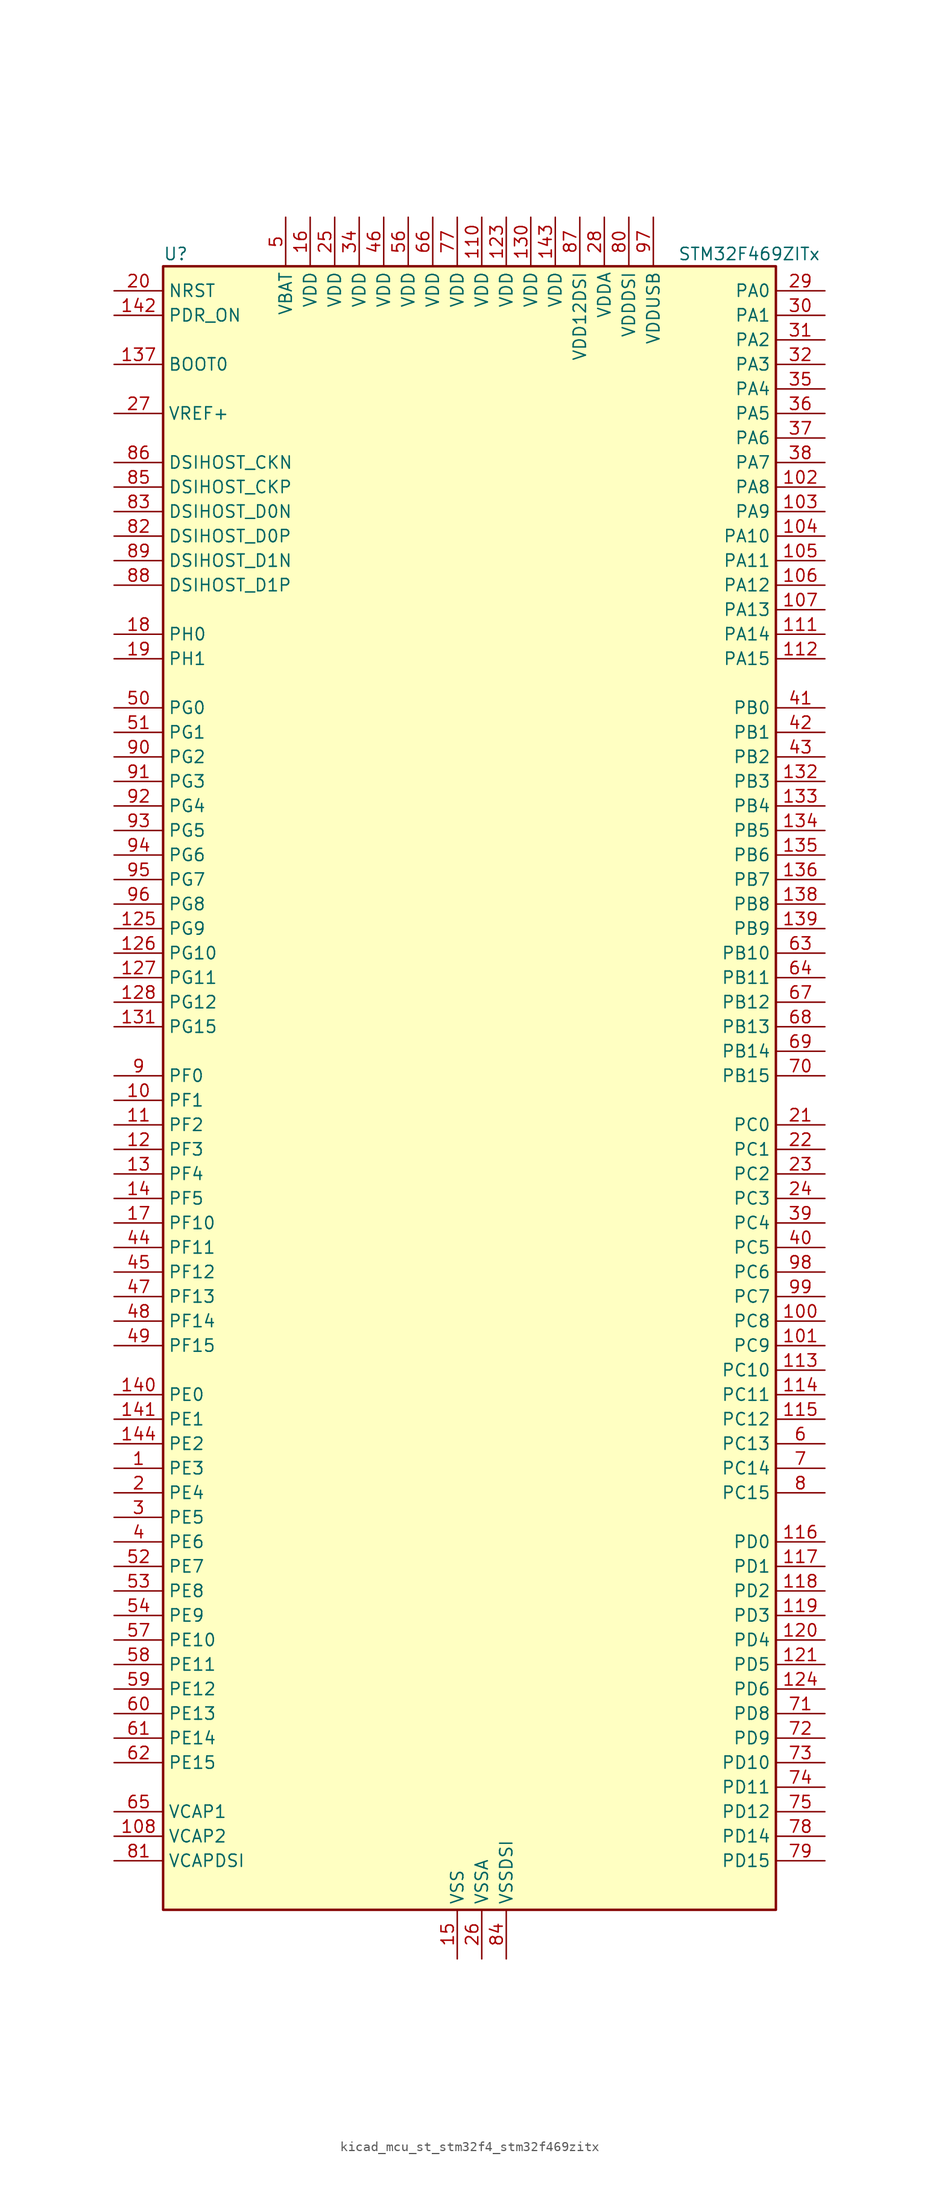
<source format=kicad_sym>
(kicad_symbol_lib
  (version 20220914)
  (generator kicad_symbol_editor)
  (symbol "kicad_mcu_st_stm32f4_stm32f469zitx"
    (property "Reference" "U"
      (at -30.48 87.63 0)
      (effects (font (size 1.27 1.27)) (justify left)))
    (property "Value" "STM32F469ZITx"
      (at 22.86 87.63 0)
      (effects (font (size 1.27 1.27)) (justify left)))
    (property "ki_locked" ""
      (at 0 0 0)
      (effects (font (size 1.27 1.27))))
    (symbol "kicad_mcu_st_stm32f4_stm32f469zitx_0_1"
      (rectangle (start -30.48 -83.82) (end 33.02 86.36) (stroke (width 0.254) (type default)) (fill (type background))))
    (symbol "kicad_mcu_st_stm32f4_stm32f469zitx_1_1"
      (pin bidirectional line (at -35.56 -38.1 0) (length 5.08) (name "PE3" (effects (font (size 1.27 1.27)))) (number "1" (effects (font (size 1.27 1.27)))) (alternate "FMC_A19" bidirectional line) (alternate "SAI1_SD_B" bidirectional line) (alternate "SYS_TRACED0" bidirectional line))
      (pin bidirectional line (at -35.56 0 0) (length 5.08) (name "PF1" (effects (font (size 1.27 1.27)))) (number "10" (effects (font (size 1.27 1.27)))) (alternate "FMC_A1" bidirectional line) (alternate "I2C2_SCL" bidirectional line))
      (pin bidirectional line (at 38.1 -22.86 180) (length 5.08) (name "PC8" (effects (font (size 1.27 1.27)))) (number "100" (effects (font (size 1.27 1.27)))) (alternate "DCMI_D2" bidirectional line) (alternate "SDIO_D0" bidirectional line) (alternate "SYS_TRACED1" bidirectional line) (alternate "TIM3_CH3" bidirectional line) (alternate "TIM8_CH3" bidirectional line) (alternate "USART6_CK" bidirectional line))
      (pin bidirectional line (at 38.1 -25.4 180) (length 5.08) (name "PC9" (effects (font (size 1.27 1.27)))) (number "101" (effects (font (size 1.27 1.27)))) (alternate "DAC_EXTI9" bidirectional line) (alternate "DCMI_D3" bidirectional line) (alternate "I2C3_SDA" bidirectional line) (alternate "I2S_CKIN" bidirectional line) (alternate "QUADSPI_BK1_IO0" bidirectional line) (alternate "RCC_MCO_2" bidirectional line) (alternate "SDIO_D1" bidirectional line) (alternate "TIM3_CH4" bidirectional line) (alternate "TIM8_CH4" bidirectional line))
      (pin bidirectional line (at 38.1 63.5 180) (length 5.08) (name "PA8" (effects (font (size 1.27 1.27)))) (number "102" (effects (font (size 1.27 1.27)))) (alternate "I2C3_SCL" bidirectional line) (alternate "LTDC_R6" bidirectional line) (alternate "RCC_MCO_1" bidirectional line) (alternate "TIM1_CH1" bidirectional line) (alternate "USART1_CK" bidirectional line) (alternate "USB_OTG_FS_SOF" bidirectional line))
      (pin bidirectional line (at 38.1 60.96 180) (length 5.08) (name "PA9" (effects (font (size 1.27 1.27)))) (number "103" (effects (font (size 1.27 1.27)))) (alternate "DAC_EXTI9" bidirectional line) (alternate "DCMI_D0" bidirectional line) (alternate "I2C3_SMBA" bidirectional line) (alternate "I2S2_CK" bidirectional line) (alternate "SPI2_SCK" bidirectional line) (alternate "TIM1_CH2" bidirectional line) (alternate "USART1_TX" bidirectional line) (alternate "USB_OTG_FS_VBUS" bidirectional line))
      (pin bidirectional line (at 38.1 58.42 180) (length 5.08) (name "PA10" (effects (font (size 1.27 1.27)))) (number "104" (effects (font (size 1.27 1.27)))) (alternate "DCMI_D1" bidirectional line) (alternate "TIM1_CH3" bidirectional line) (alternate "USART1_RX" bidirectional line) (alternate "USB_OTG_FS_ID" bidirectional line))
      (pin bidirectional line (at 38.1 55.88 180) (length 5.08) (name "PA11" (effects (font (size 1.27 1.27)))) (number "105" (effects (font (size 1.27 1.27)))) (alternate "ADC1_EXTI11" bidirectional line) (alternate "ADC2_EXTI11" bidirectional line) (alternate "ADC3_EXTI11" bidirectional line) (alternate "CAN1_RX" bidirectional line) (alternate "LTDC_R4" bidirectional line) (alternate "TIM1_CH4" bidirectional line) (alternate "USART1_CTS" bidirectional line) (alternate "USB_OTG_FS_DM" bidirectional line))
      (pin bidirectional line (at 38.1 53.34 180) (length 5.08) (name "PA12" (effects (font (size 1.27 1.27)))) (number "106" (effects (font (size 1.27 1.27)))) (alternate "CAN1_TX" bidirectional line) (alternate "LTDC_R5" bidirectional line) (alternate "TIM1_ETR" bidirectional line) (alternate "USART1_RTS" bidirectional line) (alternate "USB_OTG_FS_DP" bidirectional line))
      (pin bidirectional line (at 38.1 50.8 180) (length 5.08) (name "PA13" (effects (font (size 1.27 1.27)))) (number "107" (effects (font (size 1.27 1.27)))) (alternate "SYS_JTMS-SWDIO" bidirectional line))
      (pin power_out line (at -35.56 -76.2 0) (length 5.08) (name "VCAP2" (effects (font (size 1.27 1.27)))) (number "108" (effects (font (size 1.27 1.27)))))
      (pin passive line (at 0 -88.9 90) (length 5.08) hide (name "VSS" (effects (font (size 1.27 1.27)))) (number "109" (effects (font (size 1.27 1.27)))))
      (pin bidirectional line (at -35.56 -2.54 0) (length 5.08) (name "PF2" (effects (font (size 1.27 1.27)))) (number "11" (effects (font (size 1.27 1.27)))) (alternate "FMC_A2" bidirectional line) (alternate "I2C2_SMBA" bidirectional line))
      (pin power_in line (at 2.54 91.44 270) (length 5.08) (name "VDD" (effects (font (size 1.27 1.27)))) (number "110" (effects (font (size 1.27 1.27)))))
      (pin bidirectional line (at 38.1 48.26 180) (length 5.08) (name "PA14" (effects (font (size 1.27 1.27)))) (number "111" (effects (font (size 1.27 1.27)))) (alternate "SYS_JTCK-SWCLK" bidirectional line))
      (pin bidirectional line (at 38.1 45.72 180) (length 5.08) (name "PA15" (effects (font (size 1.27 1.27)))) (number "112" (effects (font (size 1.27 1.27)))) (alternate "ADC1_EXTI15" bidirectional line) (alternate "ADC2_EXTI15" bidirectional line) (alternate "ADC3_EXTI15" bidirectional line) (alternate "I2S3_WS" bidirectional line) (alternate "SPI1_NSS" bidirectional line) (alternate "SPI3_NSS" bidirectional line) (alternate "SYS_JTDI" bidirectional line) (alternate "TIM2_CH1" bidirectional line) (alternate "TIM2_ETR" bidirectional line))
      (pin bidirectional line (at 38.1 -27.94 180) (length 5.08) (name "PC10" (effects (font (size 1.27 1.27)))) (number "113" (effects (font (size 1.27 1.27)))) (alternate "DCMI_D8" bidirectional line) (alternate "I2S3_CK" bidirectional line) (alternate "LTDC_R2" bidirectional line) (alternate "QUADSPI_BK1_IO1" bidirectional line) (alternate "SDIO_D2" bidirectional line) (alternate "SPI3_SCK" bidirectional line) (alternate "UART4_TX" bidirectional line) (alternate "USART3_TX" bidirectional line))
      (pin bidirectional line (at 38.1 -30.48 180) (length 5.08) (name "PC11" (effects (font (size 1.27 1.27)))) (number "114" (effects (font (size 1.27 1.27)))) (alternate "ADC1_EXTI11" bidirectional line) (alternate "ADC2_EXTI11" bidirectional line) (alternate "ADC3_EXTI11" bidirectional line) (alternate "DCMI_D4" bidirectional line) (alternate "I2S3_ext_SD" bidirectional line) (alternate "QUADSPI_BK2_NCS" bidirectional line) (alternate "SDIO_D3" bidirectional line) (alternate "SPI3_MISO" bidirectional line) (alternate "UART4_RX" bidirectional line) (alternate "USART3_RX" bidirectional line))
      (pin bidirectional line (at 38.1 -33.02 180) (length 5.08) (name "PC12" (effects (font (size 1.27 1.27)))) (number "115" (effects (font (size 1.27 1.27)))) (alternate "DCMI_D9" bidirectional line) (alternate "I2S3_SD" bidirectional line) (alternate "SDIO_CK" bidirectional line) (alternate "SPI3_MOSI" bidirectional line) (alternate "SYS_TRACED3" bidirectional line) (alternate "UART5_TX" bidirectional line) (alternate "USART3_CK" bidirectional line))
      (pin bidirectional line (at 38.1 -45.72 180) (length 5.08) (name "PD0" (effects (font (size 1.27 1.27)))) (number "116" (effects (font (size 1.27 1.27)))) (alternate "CAN1_RX" bidirectional line) (alternate "FMC_D2" bidirectional line) (alternate "FMC_DA2" bidirectional line))
      (pin bidirectional line (at 38.1 -48.26 180) (length 5.08) (name "PD1" (effects (font (size 1.27 1.27)))) (number "117" (effects (font (size 1.27 1.27)))) (alternate "CAN1_TX" bidirectional line) (alternate "FMC_D3" bidirectional line) (alternate "FMC_DA3" bidirectional line))
      (pin bidirectional line (at 38.1 -50.8 180) (length 5.08) (name "PD2" (effects (font (size 1.27 1.27)))) (number "118" (effects (font (size 1.27 1.27)))) (alternate "DCMI_D11" bidirectional line) (alternate "SDIO_CMD" bidirectional line) (alternate "SYS_TRACED2" bidirectional line) (alternate "TIM3_ETR" bidirectional line) (alternate "UART5_RX" bidirectional line))
      (pin bidirectional line (at 38.1 -53.34 180) (length 5.08) (name "PD3" (effects (font (size 1.27 1.27)))) (number "119" (effects (font (size 1.27 1.27)))) (alternate "DCMI_D5" bidirectional line) (alternate "FMC_CLK" bidirectional line) (alternate "I2S2_CK" bidirectional line) (alternate "LTDC_G7" bidirectional line) (alternate "SPI2_SCK" bidirectional line) (alternate "USART2_CTS" bidirectional line))
      (pin bidirectional line (at -35.56 -5.08 0) (length 5.08) (name "PF3" (effects (font (size 1.27 1.27)))) (number "12" (effects (font (size 1.27 1.27)))) (alternate "ADC3_IN9" bidirectional line) (alternate "FMC_A3" bidirectional line))
      (pin bidirectional line (at 38.1 -55.88 180) (length 5.08) (name "PD4" (effects (font (size 1.27 1.27)))) (number "120" (effects (font (size 1.27 1.27)))) (alternate "FMC_NOE" bidirectional line) (alternate "USART2_RTS" bidirectional line))
      (pin bidirectional line (at 38.1 -58.42 180) (length 5.08) (name "PD5" (effects (font (size 1.27 1.27)))) (number "121" (effects (font (size 1.27 1.27)))) (alternate "FMC_NWE" bidirectional line) (alternate "USART2_TX" bidirectional line))
      (pin passive line (at 0 -88.9 90) (length 5.08) hide (name "VSS" (effects (font (size 1.27 1.27)))) (number "122" (effects (font (size 1.27 1.27)))))
      (pin power_in line (at 5.08 91.44 270) (length 5.08) (name "VDD" (effects (font (size 1.27 1.27)))) (number "123" (effects (font (size 1.27 1.27)))))
      (pin bidirectional line (at 38.1 -60.96 180) (length 5.08) (name "PD6" (effects (font (size 1.27 1.27)))) (number "124" (effects (font (size 1.27 1.27)))) (alternate "DCMI_D10" bidirectional line) (alternate "FMC_NWAIT" bidirectional line) (alternate "I2S3_SD" bidirectional line) (alternate "LTDC_B2" bidirectional line) (alternate "SAI1_SD_A" bidirectional line) (alternate "SPI3_MOSI" bidirectional line) (alternate "USART2_RX" bidirectional line))
      (pin bidirectional line (at -35.56 17.78 0) (length 5.08) (name "PG9" (effects (font (size 1.27 1.27)))) (number "125" (effects (font (size 1.27 1.27)))) (alternate "DAC_EXTI9" bidirectional line) (alternate "DCMI_VSYNC" bidirectional line) (alternate "FMC_NCE" bidirectional line) (alternate "FMC_NE2" bidirectional line) (alternate "QUADSPI_BK2_IO2" bidirectional line) (alternate "USART6_RX" bidirectional line))
      (pin bidirectional line (at -35.56 15.24 0) (length 5.08) (name "PG10" (effects (font (size 1.27 1.27)))) (number "126" (effects (font (size 1.27 1.27)))) (alternate "DCMI_D2" bidirectional line) (alternate "FMC_NE3" bidirectional line) (alternate "LTDC_B2" bidirectional line) (alternate "LTDC_G3" bidirectional line))
      (pin bidirectional line (at -35.56 12.7 0) (length 5.08) (name "PG11" (effects (font (size 1.27 1.27)))) (number "127" (effects (font (size 1.27 1.27)))) (alternate "ADC1_EXTI11" bidirectional line) (alternate "ADC2_EXTI11" bidirectional line) (alternate "ADC3_EXTI11" bidirectional line) (alternate "DCMI_D3" bidirectional line) (alternate "LTDC_B3" bidirectional line))
      (pin bidirectional line (at -35.56 10.16 0) (length 5.08) (name "PG12" (effects (font (size 1.27 1.27)))) (number "128" (effects (font (size 1.27 1.27)))) (alternate "FMC_NE4" bidirectional line) (alternate "LTDC_B1" bidirectional line) (alternate "LTDC_B4" bidirectional line) (alternate "USART6_RTS" bidirectional line))
      (pin passive line (at 0 -88.9 90) (length 5.08) hide (name "VSS" (effects (font (size 1.27 1.27)))) (number "129" (effects (font (size 1.27 1.27)))))
      (pin bidirectional line (at -35.56 -7.62 0) (length 5.08) (name "PF4" (effects (font (size 1.27 1.27)))) (number "13" (effects (font (size 1.27 1.27)))) (alternate "ADC3_IN14" bidirectional line) (alternate "FMC_A4" bidirectional line))
      (pin power_in line (at 7.62 91.44 270) (length 5.08) (name "VDD" (effects (font (size 1.27 1.27)))) (number "130" (effects (font (size 1.27 1.27)))))
      (pin bidirectional line (at -35.56 7.62 0) (length 5.08) (name "PG15" (effects (font (size 1.27 1.27)))) (number "131" (effects (font (size 1.27 1.27)))) (alternate "ADC1_EXTI15" bidirectional line) (alternate "ADC2_EXTI15" bidirectional line) (alternate "ADC3_EXTI15" bidirectional line) (alternate "DCMI_D13" bidirectional line) (alternate "FMC_SDNCAS" bidirectional line) (alternate "USART6_CTS" bidirectional line))
      (pin bidirectional line (at 38.1 33.02 180) (length 5.08) (name "PB3" (effects (font (size 1.27 1.27)))) (number "132" (effects (font (size 1.27 1.27)))) (alternate "I2S3_CK" bidirectional line) (alternate "SPI1_SCK" bidirectional line) (alternate "SPI3_SCK" bidirectional line) (alternate "SYS_JTDO-SWO" bidirectional line) (alternate "TIM2_CH2" bidirectional line))
      (pin bidirectional line (at 38.1 30.48 180) (length 5.08) (name "PB4" (effects (font (size 1.27 1.27)))) (number "133" (effects (font (size 1.27 1.27)))) (alternate "I2S3_ext_SD" bidirectional line) (alternate "SPI1_MISO" bidirectional line) (alternate "SPI3_MISO" bidirectional line) (alternate "SYS_JTRST" bidirectional line) (alternate "TIM3_CH1" bidirectional line))
      (pin bidirectional line (at 38.1 27.94 180) (length 5.08) (name "PB5" (effects (font (size 1.27 1.27)))) (number "134" (effects (font (size 1.27 1.27)))) (alternate "CAN2_RX" bidirectional line) (alternate "DCMI_D10" bidirectional line) (alternate "FMC_SDCKE1" bidirectional line) (alternate "I2C1_SMBA" bidirectional line) (alternate "I2S3_SD" bidirectional line) (alternate "LTDC_G7" bidirectional line) (alternate "SPI1_MOSI" bidirectional line) (alternate "SPI3_MOSI" bidirectional line) (alternate "TIM3_CH2" bidirectional line) (alternate "USB_OTG_HS_ULPI_D7" bidirectional line))
      (pin bidirectional line (at 38.1 25.4 180) (length 5.08) (name "PB6" (effects (font (size 1.27 1.27)))) (number "135" (effects (font (size 1.27 1.27)))) (alternate "CAN2_TX" bidirectional line) (alternate "DCMI_D5" bidirectional line) (alternate "FMC_SDNE1" bidirectional line) (alternate "I2C1_SCL" bidirectional line) (alternate "QUADSPI_BK1_NCS" bidirectional line) (alternate "TIM4_CH1" bidirectional line) (alternate "USART1_TX" bidirectional line))
      (pin bidirectional line (at 38.1 22.86 180) (length 5.08) (name "PB7" (effects (font (size 1.27 1.27)))) (number "136" (effects (font (size 1.27 1.27)))) (alternate "DCMI_VSYNC" bidirectional line) (alternate "FMC_NL" bidirectional line) (alternate "I2C1_SDA" bidirectional line) (alternate "TIM4_CH2" bidirectional line) (alternate "USART1_RX" bidirectional line))
      (pin input line (at -35.56 76.2 0) (length 5.08) (name "BOOT0" (effects (font (size 1.27 1.27)))) (number "137" (effects (font (size 1.27 1.27)))))
      (pin bidirectional line (at 38.1 20.32 180) (length 5.08) (name "PB8" (effects (font (size 1.27 1.27)))) (number "138" (effects (font (size 1.27 1.27)))) (alternate "CAN1_RX" bidirectional line) (alternate "DCMI_D6" bidirectional line) (alternate "I2C1_SCL" bidirectional line) (alternate "LTDC_B6" bidirectional line) (alternate "SDIO_D4" bidirectional line) (alternate "TIM10_CH1" bidirectional line) (alternate "TIM4_CH3" bidirectional line))
      (pin bidirectional line (at 38.1 17.78 180) (length 5.08) (name "PB9" (effects (font (size 1.27 1.27)))) (number "139" (effects (font (size 1.27 1.27)))) (alternate "CAN1_TX" bidirectional line) (alternate "DAC_EXTI9" bidirectional line) (alternate "DCMI_D7" bidirectional line) (alternate "I2C1_SDA" bidirectional line) (alternate "I2S2_WS" bidirectional line) (alternate "LTDC_B7" bidirectional line) (alternate "SDIO_D5" bidirectional line) (alternate "SPI2_NSS" bidirectional line) (alternate "TIM11_CH1" bidirectional line) (alternate "TIM4_CH4" bidirectional line))
      (pin bidirectional line (at -35.56 -10.16 0) (length 5.08) (name "PF5" (effects (font (size 1.27 1.27)))) (number "14" (effects (font (size 1.27 1.27)))) (alternate "ADC3_IN15" bidirectional line) (alternate "FMC_A5" bidirectional line))
      (pin bidirectional line (at -35.56 -30.48 0) (length 5.08) (name "PE0" (effects (font (size 1.27 1.27)))) (number "140" (effects (font (size 1.27 1.27)))) (alternate "DCMI_D2" bidirectional line) (alternate "FMC_NBL0" bidirectional line) (alternate "TIM4_ETR" bidirectional line) (alternate "UART8_RX" bidirectional line))
      (pin bidirectional line (at -35.56 -33.02 0) (length 5.08) (name "PE1" (effects (font (size 1.27 1.27)))) (number "141" (effects (font (size 1.27 1.27)))) (alternate "DCMI_D3" bidirectional line) (alternate "FMC_NBL1" bidirectional line) (alternate "UART8_TX" bidirectional line))
      (pin input line (at -35.56 81.28 0) (length 5.08) (name "PDR_ON" (effects (font (size 1.27 1.27)))) (number "142" (effects (font (size 1.27 1.27)))))
      (pin power_in line (at 10.16 91.44 270) (length 5.08) (name "VDD" (effects (font (size 1.27 1.27)))) (number "143" (effects (font (size 1.27 1.27)))))
      (pin bidirectional line (at -35.56 -35.56 0) (length 5.08) (name "PE2" (effects (font (size 1.27 1.27)))) (number "144" (effects (font (size 1.27 1.27)))) (alternate "FMC_A23" bidirectional line) (alternate "QUADSPI_BK1_IO2" bidirectional line) (alternate "SAI1_MCLK_A" bidirectional line) (alternate "SPI4_SCK" bidirectional line) (alternate "SYS_TRACECLK" bidirectional line))
      (pin power_in line (at 0 -88.9 90) (length 5.08) (name "VSS" (effects (font (size 1.27 1.27)))) (number "15" (effects (font (size 1.27 1.27)))))
      (pin power_in line (at -15.24 91.44 270) (length 5.08) (name "VDD" (effects (font (size 1.27 1.27)))) (number "16" (effects (font (size 1.27 1.27)))))
      (pin bidirectional line (at -35.56 -12.7 0) (length 5.08) (name "PF10" (effects (font (size 1.27 1.27)))) (number "17" (effects (font (size 1.27 1.27)))) (alternate "ADC3_IN8" bidirectional line) (alternate "DCMI_D11" bidirectional line) (alternate "LTDC_DE" bidirectional line) (alternate "QUADSPI_CLK" bidirectional line))
      (pin bidirectional line (at -35.56 48.26 0) (length 5.08) (name "PH0" (effects (font (size 1.27 1.27)))) (number "18" (effects (font (size 1.27 1.27)))) (alternate "RCC_OSC_IN" bidirectional line))
      (pin bidirectional line (at -35.56 45.72 0) (length 5.08) (name "PH1" (effects (font (size 1.27 1.27)))) (number "19" (effects (font (size 1.27 1.27)))) (alternate "RCC_OSC_OUT" bidirectional line))
      (pin bidirectional line (at -35.56 -40.64 0) (length 5.08) (name "PE4" (effects (font (size 1.27 1.27)))) (number "2" (effects (font (size 1.27 1.27)))) (alternate "DCMI_D4" bidirectional line) (alternate "FMC_A20" bidirectional line) (alternate "LTDC_B0" bidirectional line) (alternate "SAI1_FS_A" bidirectional line) (alternate "SPI4_NSS" bidirectional line) (alternate "SYS_TRACED1" bidirectional line))
      (pin input line (at -35.56 83.82 0) (length 5.08) (name "NRST" (effects (font (size 1.27 1.27)))) (number "20" (effects (font (size 1.27 1.27)))))
      (pin bidirectional line (at 38.1 -2.54 180) (length 5.08) (name "PC0" (effects (font (size 1.27 1.27)))) (number "21" (effects (font (size 1.27 1.27)))) (alternate "ADC1_IN10" bidirectional line) (alternate "ADC2_IN10" bidirectional line) (alternate "ADC3_IN10" bidirectional line) (alternate "FMC_SDNWE" bidirectional line) (alternate "LTDC_R5" bidirectional line) (alternate "USB_OTG_HS_ULPI_STP" bidirectional line))
      (pin bidirectional line (at 38.1 -5.08 180) (length 5.08) (name "PC1" (effects (font (size 1.27 1.27)))) (number "22" (effects (font (size 1.27 1.27)))) (alternate "ADC1_IN11" bidirectional line) (alternate "ADC2_IN11" bidirectional line) (alternate "ADC3_IN11" bidirectional line) (alternate "I2S2_SD" bidirectional line) (alternate "SAI1_SD_A" bidirectional line) (alternate "SPI2_MOSI" bidirectional line) (alternate "SYS_TRACED0" bidirectional line))
      (pin bidirectional line (at 38.1 -7.62 180) (length 5.08) (name "PC2" (effects (font (size 1.27 1.27)))) (number "23" (effects (font (size 1.27 1.27)))) (alternate "ADC1_IN12" bidirectional line) (alternate "ADC2_IN12" bidirectional line) (alternate "ADC3_IN12" bidirectional line) (alternate "FMC_SDNE0" bidirectional line) (alternate "I2S2_ext_SD" bidirectional line) (alternate "SPI2_MISO" bidirectional line) (alternate "USB_OTG_HS_ULPI_DIR" bidirectional line))
      (pin bidirectional line (at 38.1 -10.16 180) (length 5.08) (name "PC3" (effects (font (size 1.27 1.27)))) (number "24" (effects (font (size 1.27 1.27)))) (alternate "ADC1_IN13" bidirectional line) (alternate "ADC2_IN13" bidirectional line) (alternate "ADC3_IN13" bidirectional line) (alternate "FMC_SDCKE0" bidirectional line) (alternate "I2S2_SD" bidirectional line) (alternate "SPI2_MOSI" bidirectional line) (alternate "USB_OTG_HS_ULPI_NXT" bidirectional line))
      (pin power_in line (at -12.7 91.44 270) (length 5.08) (name "VDD" (effects (font (size 1.27 1.27)))) (number "25" (effects (font (size 1.27 1.27)))))
      (pin power_in line (at 2.54 -88.9 90) (length 5.08) (name "VSSA" (effects (font (size 1.27 1.27)))) (number "26" (effects (font (size 1.27 1.27)))))
      (pin input line (at -35.56 71.12 0) (length 5.08) (name "VREF+" (effects (font (size 1.27 1.27)))) (number "27" (effects (font (size 1.27 1.27)))))
      (pin power_in line (at 15.24 91.44 270) (length 5.08) (name "VDDA" (effects (font (size 1.27 1.27)))) (number "28" (effects (font (size 1.27 1.27)))))
      (pin bidirectional line (at 38.1 83.82 180) (length 5.08) (name "PA0" (effects (font (size 1.27 1.27)))) (number "29" (effects (font (size 1.27 1.27)))) (alternate "ADC1_IN0" bidirectional line) (alternate "ADC2_IN0" bidirectional line) (alternate "ADC3_IN0" bidirectional line) (alternate "SYS_WKUP" bidirectional line) (alternate "TIM2_CH1" bidirectional line) (alternate "TIM2_ETR" bidirectional line) (alternate "TIM5_CH1" bidirectional line) (alternate "TIM8_ETR" bidirectional line) (alternate "UART4_TX" bidirectional line) (alternate "USART2_CTS" bidirectional line))
      (pin bidirectional line (at -35.56 -43.18 0) (length 5.08) (name "PE5" (effects (font (size 1.27 1.27)))) (number "3" (effects (font (size 1.27 1.27)))) (alternate "DCMI_D6" bidirectional line) (alternate "FMC_A21" bidirectional line) (alternate "LTDC_G0" bidirectional line) (alternate "SAI1_SCK_A" bidirectional line) (alternate "SPI4_MISO" bidirectional line) (alternate "SYS_TRACED2" bidirectional line) (alternate "TIM9_CH1" bidirectional line))
      (pin bidirectional line (at 38.1 81.28 180) (length 5.08) (name "PA1" (effects (font (size 1.27 1.27)))) (number "30" (effects (font (size 1.27 1.27)))) (alternate "ADC1_IN1" bidirectional line) (alternate "ADC2_IN1" bidirectional line) (alternate "ADC3_IN1" bidirectional line) (alternate "LTDC_R2" bidirectional line) (alternate "QUADSPI_BK1_IO3" bidirectional line) (alternate "TIM2_CH2" bidirectional line) (alternate "TIM5_CH2" bidirectional line) (alternate "UART4_RX" bidirectional line) (alternate "USART2_RTS" bidirectional line))
      (pin bidirectional line (at 38.1 78.74 180) (length 5.08) (name "PA2" (effects (font (size 1.27 1.27)))) (number "31" (effects (font (size 1.27 1.27)))) (alternate "ADC1_IN2" bidirectional line) (alternate "ADC2_IN2" bidirectional line) (alternate "ADC3_IN2" bidirectional line) (alternate "LTDC_R1" bidirectional line) (alternate "TIM2_CH3" bidirectional line) (alternate "TIM5_CH3" bidirectional line) (alternate "TIM9_CH1" bidirectional line) (alternate "USART2_TX" bidirectional line))
      (pin bidirectional line (at 38.1 76.2 180) (length 5.08) (name "PA3" (effects (font (size 1.27 1.27)))) (number "32" (effects (font (size 1.27 1.27)))) (alternate "ADC1_IN3" bidirectional line) (alternate "ADC2_IN3" bidirectional line) (alternate "ADC3_IN3" bidirectional line) (alternate "LTDC_B2" bidirectional line) (alternate "LTDC_B5" bidirectional line) (alternate "TIM2_CH4" bidirectional line) (alternate "TIM5_CH4" bidirectional line) (alternate "TIM9_CH2" bidirectional line) (alternate "USART2_RX" bidirectional line) (alternate "USB_OTG_HS_ULPI_D0" bidirectional line))
      (pin passive line (at 0 -88.9 90) (length 5.08) hide (name "VSS" (effects (font (size 1.27 1.27)))) (number "33" (effects (font (size 1.27 1.27)))))
      (pin power_in line (at -10.16 91.44 270) (length 5.08) (name "VDD" (effects (font (size 1.27 1.27)))) (number "34" (effects (font (size 1.27 1.27)))))
      (pin bidirectional line (at 38.1 73.66 180) (length 5.08) (name "PA4" (effects (font (size 1.27 1.27)))) (number "35" (effects (font (size 1.27 1.27)))) (alternate "ADC1_IN4" bidirectional line) (alternate "ADC2_IN4" bidirectional line) (alternate "DAC_OUT1" bidirectional line) (alternate "DCMI_HSYNC" bidirectional line) (alternate "I2S3_WS" bidirectional line) (alternate "LTDC_VSYNC" bidirectional line) (alternate "SPI1_NSS" bidirectional line) (alternate "SPI3_NSS" bidirectional line) (alternate "USART2_CK" bidirectional line) (alternate "USB_OTG_HS_SOF" bidirectional line))
      (pin bidirectional line (at 38.1 71.12 180) (length 5.08) (name "PA5" (effects (font (size 1.27 1.27)))) (number "36" (effects (font (size 1.27 1.27)))) (alternate "ADC1_IN5" bidirectional line) (alternate "ADC2_IN5" bidirectional line) (alternate "DAC_OUT2" bidirectional line) (alternate "LTDC_R4" bidirectional line) (alternate "SPI1_SCK" bidirectional line) (alternate "TIM2_CH1" bidirectional line) (alternate "TIM2_ETR" bidirectional line) (alternate "TIM8_CH1N" bidirectional line) (alternate "USB_OTG_HS_ULPI_CK" bidirectional line))
      (pin bidirectional line (at 38.1 68.58 180) (length 5.08) (name "PA6" (effects (font (size 1.27 1.27)))) (number "37" (effects (font (size 1.27 1.27)))) (alternate "ADC1_IN6" bidirectional line) (alternate "ADC2_IN6" bidirectional line) (alternate "DCMI_PIXCLK" bidirectional line) (alternate "LTDC_G2" bidirectional line) (alternate "SPI1_MISO" bidirectional line) (alternate "TIM13_CH1" bidirectional line) (alternate "TIM1_BKIN" bidirectional line) (alternate "TIM3_CH1" bidirectional line) (alternate "TIM8_BKIN" bidirectional line))
      (pin bidirectional line (at 38.1 66.04 180) (length 5.08) (name "PA7" (effects (font (size 1.27 1.27)))) (number "38" (effects (font (size 1.27 1.27)))) (alternate "ADC1_IN7" bidirectional line) (alternate "ADC2_IN7" bidirectional line) (alternate "FMC_SDNWE" bidirectional line) (alternate "QUADSPI_CLK" bidirectional line) (alternate "SPI1_MOSI" bidirectional line) (alternate "TIM14_CH1" bidirectional line) (alternate "TIM1_CH1N" bidirectional line) (alternate "TIM3_CH2" bidirectional line) (alternate "TIM8_CH1N" bidirectional line))
      (pin bidirectional line (at 38.1 -12.7 180) (length 5.08) (name "PC4" (effects (font (size 1.27 1.27)))) (number "39" (effects (font (size 1.27 1.27)))) (alternate "ADC1_IN14" bidirectional line) (alternate "ADC2_IN14" bidirectional line) (alternate "FMC_SDNE0" bidirectional line))
      (pin bidirectional line (at -35.56 -45.72 0) (length 5.08) (name "PE6" (effects (font (size 1.27 1.27)))) (number "4" (effects (font (size 1.27 1.27)))) (alternate "DCMI_D7" bidirectional line) (alternate "FMC_A22" bidirectional line) (alternate "LTDC_G1" bidirectional line) (alternate "SAI1_SD_A" bidirectional line) (alternate "SPI4_MOSI" bidirectional line) (alternate "SYS_TRACED3" bidirectional line) (alternate "TIM9_CH2" bidirectional line))
      (pin bidirectional line (at 38.1 -15.24 180) (length 5.08) (name "PC5" (effects (font (size 1.27 1.27)))) (number "40" (effects (font (size 1.27 1.27)))) (alternate "ADC1_IN15" bidirectional line) (alternate "ADC2_IN15" bidirectional line) (alternate "FMC_SDCKE0" bidirectional line))
      (pin bidirectional line (at 38.1 40.64 180) (length 5.08) (name "PB0" (effects (font (size 1.27 1.27)))) (number "41" (effects (font (size 1.27 1.27)))) (alternate "ADC1_IN8" bidirectional line) (alternate "ADC2_IN8" bidirectional line) (alternate "LTDC_G1" bidirectional line) (alternate "LTDC_R3" bidirectional line) (alternate "TIM1_CH2N" bidirectional line) (alternate "TIM3_CH3" bidirectional line) (alternate "TIM8_CH2N" bidirectional line) (alternate "USB_OTG_HS_ULPI_D1" bidirectional line))
      (pin bidirectional line (at 38.1 38.1 180) (length 5.08) (name "PB1" (effects (font (size 1.27 1.27)))) (number "42" (effects (font (size 1.27 1.27)))) (alternate "ADC1_IN9" bidirectional line) (alternate "ADC2_IN9" bidirectional line) (alternate "LTDC_G0" bidirectional line) (alternate "LTDC_R6" bidirectional line) (alternate "TIM1_CH3N" bidirectional line) (alternate "TIM3_CH4" bidirectional line) (alternate "TIM8_CH3N" bidirectional line) (alternate "USB_OTG_HS_ULPI_D2" bidirectional line))
      (pin bidirectional line (at 38.1 35.56 180) (length 5.08) (name "PB2" (effects (font (size 1.27 1.27)))) (number "43" (effects (font (size 1.27 1.27)))))
      (pin bidirectional line (at -35.56 -15.24 0) (length 5.08) (name "PF11" (effects (font (size 1.27 1.27)))) (number "44" (effects (font (size 1.27 1.27)))) (alternate "ADC1_EXTI11" bidirectional line) (alternate "ADC2_EXTI11" bidirectional line) (alternate "ADC3_EXTI11" bidirectional line) (alternate "DCMI_D12" bidirectional line) (alternate "FMC_SDNRAS" bidirectional line))
      (pin bidirectional line (at -35.56 -17.78 0) (length 5.08) (name "PF12" (effects (font (size 1.27 1.27)))) (number "45" (effects (font (size 1.27 1.27)))) (alternate "FMC_A6" bidirectional line))
      (pin power_in line (at -7.62 91.44 270) (length 5.08) (name "VDD" (effects (font (size 1.27 1.27)))) (number "46" (effects (font (size 1.27 1.27)))))
      (pin bidirectional line (at -35.56 -20.32 0) (length 5.08) (name "PF13" (effects (font (size 1.27 1.27)))) (number "47" (effects (font (size 1.27 1.27)))) (alternate "FMC_A7" bidirectional line))
      (pin bidirectional line (at -35.56 -22.86 0) (length 5.08) (name "PF14" (effects (font (size 1.27 1.27)))) (number "48" (effects (font (size 1.27 1.27)))) (alternate "FMC_A8" bidirectional line))
      (pin bidirectional line (at -35.56 -25.4 0) (length 5.08) (name "PF15" (effects (font (size 1.27 1.27)))) (number "49" (effects (font (size 1.27 1.27)))) (alternate "ADC1_EXTI15" bidirectional line) (alternate "ADC2_EXTI15" bidirectional line) (alternate "ADC3_EXTI15" bidirectional line) (alternate "FMC_A9" bidirectional line))
      (pin power_in line (at -17.78 91.44 270) (length 5.08) (name "VBAT" (effects (font (size 1.27 1.27)))) (number "5" (effects (font (size 1.27 1.27)))))
      (pin bidirectional line (at -35.56 40.64 0) (length 5.08) (name "PG0" (effects (font (size 1.27 1.27)))) (number "50" (effects (font (size 1.27 1.27)))) (alternate "FMC_A10" bidirectional line))
      (pin bidirectional line (at -35.56 38.1 0) (length 5.08) (name "PG1" (effects (font (size 1.27 1.27)))) (number "51" (effects (font (size 1.27 1.27)))) (alternate "FMC_A11" bidirectional line))
      (pin bidirectional line (at -35.56 -48.26 0) (length 5.08) (name "PE7" (effects (font (size 1.27 1.27)))) (number "52" (effects (font (size 1.27 1.27)))) (alternate "FMC_D4" bidirectional line) (alternate "FMC_DA4" bidirectional line) (alternate "QUADSPI_BK2_IO0" bidirectional line) (alternate "TIM1_ETR" bidirectional line) (alternate "UART7_RX" bidirectional line))
      (pin bidirectional line (at -35.56 -50.8 0) (length 5.08) (name "PE8" (effects (font (size 1.27 1.27)))) (number "53" (effects (font (size 1.27 1.27)))) (alternate "FMC_D5" bidirectional line) (alternate "FMC_DA5" bidirectional line) (alternate "QUADSPI_BK2_IO1" bidirectional line) (alternate "TIM1_CH1N" bidirectional line) (alternate "UART7_TX" bidirectional line))
      (pin bidirectional line (at -35.56 -53.34 0) (length 5.08) (name "PE9" (effects (font (size 1.27 1.27)))) (number "54" (effects (font (size 1.27 1.27)))) (alternate "DAC_EXTI9" bidirectional line) (alternate "FMC_D6" bidirectional line) (alternate "FMC_DA6" bidirectional line) (alternate "QUADSPI_BK2_IO2" bidirectional line) (alternate "TIM1_CH1" bidirectional line))
      (pin passive line (at 0 -88.9 90) (length 5.08) hide (name "VSS" (effects (font (size 1.27 1.27)))) (number "55" (effects (font (size 1.27 1.27)))))
      (pin power_in line (at -5.08 91.44 270) (length 5.08) (name "VDD" (effects (font (size 1.27 1.27)))) (number "56" (effects (font (size 1.27 1.27)))))
      (pin bidirectional line (at -35.56 -55.88 0) (length 5.08) (name "PE10" (effects (font (size 1.27 1.27)))) (number "57" (effects (font (size 1.27 1.27)))) (alternate "FMC_D7" bidirectional line) (alternate "FMC_DA7" bidirectional line) (alternate "QUADSPI_BK2_IO3" bidirectional line) (alternate "TIM1_CH2N" bidirectional line))
      (pin bidirectional line (at -35.56 -58.42 0) (length 5.08) (name "PE11" (effects (font (size 1.27 1.27)))) (number "58" (effects (font (size 1.27 1.27)))) (alternate "ADC1_EXTI11" bidirectional line) (alternate "ADC2_EXTI11" bidirectional line) (alternate "ADC3_EXTI11" bidirectional line) (alternate "FMC_D8" bidirectional line) (alternate "FMC_DA8" bidirectional line) (alternate "LTDC_G3" bidirectional line) (alternate "SPI4_NSS" bidirectional line) (alternate "TIM1_CH2" bidirectional line))
      (pin bidirectional line (at -35.56 -60.96 0) (length 5.08) (name "PE12" (effects (font (size 1.27 1.27)))) (number "59" (effects (font (size 1.27 1.27)))) (alternate "FMC_D9" bidirectional line) (alternate "FMC_DA9" bidirectional line) (alternate "LTDC_B4" bidirectional line) (alternate "SPI4_SCK" bidirectional line) (alternate "TIM1_CH3N" bidirectional line))
      (pin bidirectional line (at 38.1 -35.56 180) (length 5.08) (name "PC13" (effects (font (size 1.27 1.27)))) (number "6" (effects (font (size 1.27 1.27)))) (alternate "RTC_AF1" bidirectional line))
      (pin bidirectional line (at -35.56 -63.5 0) (length 5.08) (name "PE13" (effects (font (size 1.27 1.27)))) (number "60" (effects (font (size 1.27 1.27)))) (alternate "FMC_D10" bidirectional line) (alternate "FMC_DA10" bidirectional line) (alternate "LTDC_DE" bidirectional line) (alternate "SPI4_MISO" bidirectional line) (alternate "TIM1_CH3" bidirectional line))
      (pin bidirectional line (at -35.56 -66.04 0) (length 5.08) (name "PE14" (effects (font (size 1.27 1.27)))) (number "61" (effects (font (size 1.27 1.27)))) (alternate "FMC_D11" bidirectional line) (alternate "FMC_DA11" bidirectional line) (alternate "LTDC_CLK" bidirectional line) (alternate "SPI4_MOSI" bidirectional line) (alternate "TIM1_CH4" bidirectional line))
      (pin bidirectional line (at -35.56 -68.58 0) (length 5.08) (name "PE15" (effects (font (size 1.27 1.27)))) (number "62" (effects (font (size 1.27 1.27)))) (alternate "ADC1_EXTI15" bidirectional line) (alternate "ADC2_EXTI15" bidirectional line) (alternate "ADC3_EXTI15" bidirectional line) (alternate "FMC_D12" bidirectional line) (alternate "FMC_DA12" bidirectional line) (alternate "LTDC_R7" bidirectional line) (alternate "TIM1_BKIN" bidirectional line))
      (pin bidirectional line (at 38.1 15.24 180) (length 5.08) (name "PB10" (effects (font (size 1.27 1.27)))) (number "63" (effects (font (size 1.27 1.27)))) (alternate "I2C2_SCL" bidirectional line) (alternate "I2S2_CK" bidirectional line) (alternate "LTDC_G4" bidirectional line) (alternate "QUADSPI_BK1_NCS" bidirectional line) (alternate "SPI2_SCK" bidirectional line) (alternate "TIM2_CH3" bidirectional line) (alternate "USART3_TX" bidirectional line) (alternate "USB_OTG_HS_ULPI_D3" bidirectional line))
      (pin bidirectional line (at 38.1 12.7 180) (length 5.08) (name "PB11" (effects (font (size 1.27 1.27)))) (number "64" (effects (font (size 1.27 1.27)))) (alternate "ADC1_EXTI11" bidirectional line) (alternate "ADC2_EXTI11" bidirectional line) (alternate "ADC3_EXTI11" bidirectional line) (alternate "DSIHOST_TE" bidirectional line) (alternate "I2C2_SDA" bidirectional line) (alternate "LTDC_G5" bidirectional line) (alternate "TIM2_CH4" bidirectional line) (alternate "USART3_RX" bidirectional line) (alternate "USB_OTG_HS_ULPI_D4" bidirectional line))
      (pin power_out line (at -35.56 -73.66 0) (length 5.08) (name "VCAP1" (effects (font (size 1.27 1.27)))) (number "65" (effects (font (size 1.27 1.27)))))
      (pin power_in line (at -2.54 91.44 270) (length 5.08) (name "VDD" (effects (font (size 1.27 1.27)))) (number "66" (effects (font (size 1.27 1.27)))))
      (pin bidirectional line (at 38.1 10.16 180) (length 5.08) (name "PB12" (effects (font (size 1.27 1.27)))) (number "67" (effects (font (size 1.27 1.27)))) (alternate "CAN2_RX" bidirectional line) (alternate "I2C2_SMBA" bidirectional line) (alternate "I2S2_WS" bidirectional line) (alternate "SPI2_NSS" bidirectional line) (alternate "TIM1_BKIN" bidirectional line) (alternate "USART3_CK" bidirectional line) (alternate "USB_OTG_HS_ID" bidirectional line) (alternate "USB_OTG_HS_ULPI_D5" bidirectional line))
      (pin bidirectional line (at 38.1 7.62 180) (length 5.08) (name "PB13" (effects (font (size 1.27 1.27)))) (number "68" (effects (font (size 1.27 1.27)))) (alternate "CAN2_TX" bidirectional line) (alternate "I2S2_CK" bidirectional line) (alternate "SPI2_SCK" bidirectional line) (alternate "TIM1_CH1N" bidirectional line) (alternate "USART3_CTS" bidirectional line) (alternate "USB_OTG_HS_ULPI_D6" bidirectional line) (alternate "USB_OTG_HS_VBUS" bidirectional line))
      (pin bidirectional line (at 38.1 5.08 180) (length 5.08) (name "PB14" (effects (font (size 1.27 1.27)))) (number "69" (effects (font (size 1.27 1.27)))) (alternate "I2S2_ext_SD" bidirectional line) (alternate "SPI2_MISO" bidirectional line) (alternate "TIM12_CH1" bidirectional line) (alternate "TIM1_CH2N" bidirectional line) (alternate "TIM8_CH2N" bidirectional line) (alternate "USART3_RTS" bidirectional line) (alternate "USB_OTG_HS_DM" bidirectional line))
      (pin bidirectional line (at 38.1 -38.1 180) (length 5.08) (name "PC14" (effects (font (size 1.27 1.27)))) (number "7" (effects (font (size 1.27 1.27)))) (alternate "RCC_OSC32_IN" bidirectional line))
      (pin bidirectional line (at 38.1 2.54 180) (length 5.08) (name "PB15" (effects (font (size 1.27 1.27)))) (number "70" (effects (font (size 1.27 1.27)))) (alternate "ADC1_EXTI15" bidirectional line) (alternate "ADC2_EXTI15" bidirectional line) (alternate "ADC3_EXTI15" bidirectional line) (alternate "I2S2_SD" bidirectional line) (alternate "RTC_REFIN" bidirectional line) (alternate "SPI2_MOSI" bidirectional line) (alternate "TIM12_CH2" bidirectional line) (alternate "TIM1_CH3N" bidirectional line) (alternate "TIM8_CH3N" bidirectional line) (alternate "USB_OTG_HS_DP" bidirectional line))
      (pin bidirectional line (at 38.1 -63.5 180) (length 5.08) (name "PD8" (effects (font (size 1.27 1.27)))) (number "71" (effects (font (size 1.27 1.27)))) (alternate "FMC_D13" bidirectional line) (alternate "FMC_DA13" bidirectional line) (alternate "USART3_TX" bidirectional line))
      (pin bidirectional line (at 38.1 -66.04 180) (length 5.08) (name "PD9" (effects (font (size 1.27 1.27)))) (number "72" (effects (font (size 1.27 1.27)))) (alternate "DAC_EXTI9" bidirectional line) (alternate "FMC_D14" bidirectional line) (alternate "FMC_DA14" bidirectional line) (alternate "USART3_RX" bidirectional line))
      (pin bidirectional line (at 38.1 -68.58 180) (length 5.08) (name "PD10" (effects (font (size 1.27 1.27)))) (number "73" (effects (font (size 1.27 1.27)))) (alternate "FMC_D15" bidirectional line) (alternate "FMC_DA15" bidirectional line) (alternate "LTDC_B3" bidirectional line) (alternate "USART3_CK" bidirectional line))
      (pin bidirectional line (at 38.1 -71.12 180) (length 5.08) (name "PD11" (effects (font (size 1.27 1.27)))) (number "74" (effects (font (size 1.27 1.27)))) (alternate "ADC1_EXTI11" bidirectional line) (alternate "ADC2_EXTI11" bidirectional line) (alternate "ADC3_EXTI11" bidirectional line) (alternate "FMC_A16" bidirectional line) (alternate "FMC_CLE" bidirectional line) (alternate "QUADSPI_BK1_IO0" bidirectional line) (alternate "USART3_CTS" bidirectional line))
      (pin bidirectional line (at 38.1 -73.66 180) (length 5.08) (name "PD12" (effects (font (size 1.27 1.27)))) (number "75" (effects (font (size 1.27 1.27)))) (alternate "FMC_A17" bidirectional line) (alternate "FMC_ALE" bidirectional line) (alternate "QUADSPI_BK1_IO1" bidirectional line) (alternate "TIM4_CH1" bidirectional line) (alternate "USART3_RTS" bidirectional line))
      (pin passive line (at 0 -88.9 90) (length 5.08) hide (name "VSS" (effects (font (size 1.27 1.27)))) (number "76" (effects (font (size 1.27 1.27)))))
      (pin power_in line (at 0 91.44 270) (length 5.08) (name "VDD" (effects (font (size 1.27 1.27)))) (number "77" (effects (font (size 1.27 1.27)))))
      (pin bidirectional line (at 38.1 -76.2 180) (length 5.08) (name "PD14" (effects (font (size 1.27 1.27)))) (number "78" (effects (font (size 1.27 1.27)))) (alternate "FMC_D0" bidirectional line) (alternate "FMC_DA0" bidirectional line) (alternate "TIM4_CH3" bidirectional line))
      (pin bidirectional line (at 38.1 -78.74 180) (length 5.08) (name "PD15" (effects (font (size 1.27 1.27)))) (number "79" (effects (font (size 1.27 1.27)))) (alternate "ADC1_EXTI15" bidirectional line) (alternate "ADC2_EXTI15" bidirectional line) (alternate "ADC3_EXTI15" bidirectional line) (alternate "FMC_D1" bidirectional line) (alternate "FMC_DA1" bidirectional line) (alternate "TIM4_CH4" bidirectional line))
      (pin bidirectional line (at 38.1 -40.64 180) (length 5.08) (name "PC15" (effects (font (size 1.27 1.27)))) (number "8" (effects (font (size 1.27 1.27)))) (alternate "ADC1_EXTI15" bidirectional line) (alternate "ADC2_EXTI15" bidirectional line) (alternate "ADC3_EXTI15" bidirectional line) (alternate "RCC_OSC32_OUT" bidirectional line))
      (pin power_in line (at 17.78 91.44 270) (length 5.08) (name "VDDDSI" (effects (font (size 1.27 1.27)))) (number "80" (effects (font (size 1.27 1.27)))))
      (pin power_out line (at -35.56 -78.74 0) (length 5.08) (name "VCAPDSI" (effects (font (size 1.27 1.27)))) (number "81" (effects (font (size 1.27 1.27)))))
      (pin bidirectional line (at -35.56 58.42 0) (length 5.08) (name "DSIHOST_D0P" (effects (font (size 1.27 1.27)))) (number "82" (effects (font (size 1.27 1.27)))) (alternate "DSIHOST_D0P" bidirectional line))
      (pin bidirectional line (at -35.56 60.96 0) (length 5.08) (name "DSIHOST_D0N" (effects (font (size 1.27 1.27)))) (number "83" (effects (font (size 1.27 1.27)))) (alternate "DSIHOST_D0N" bidirectional line))
      (pin power_in line (at 5.08 -88.9 90) (length 5.08) (name "VSSDSI" (effects (font (size 1.27 1.27)))) (number "84" (effects (font (size 1.27 1.27)))))
      (pin bidirectional line (at -35.56 63.5 0) (length 5.08) (name "DSIHOST_CKP" (effects (font (size 1.27 1.27)))) (number "85" (effects (font (size 1.27 1.27)))) (alternate "DSIHOST_CKP" bidirectional line))
      (pin bidirectional line (at -35.56 66.04 0) (length 5.08) (name "DSIHOST_CKN" (effects (font (size 1.27 1.27)))) (number "86" (effects (font (size 1.27 1.27)))) (alternate "DSIHOST_CKN" bidirectional line))
      (pin power_in line (at 12.7 91.44 270) (length 5.08) (name "VDD12DSI" (effects (font (size 1.27 1.27)))) (number "87" (effects (font (size 1.27 1.27)))))
      (pin bidirectional line (at -35.56 53.34 0) (length 5.08) (name "DSIHOST_D1P" (effects (font (size 1.27 1.27)))) (number "88" (effects (font (size 1.27 1.27)))) (alternate "DSIHOST_D1P" bidirectional line))
      (pin bidirectional line (at -35.56 55.88 0) (length 5.08) (name "DSIHOST_D1N" (effects (font (size 1.27 1.27)))) (number "89" (effects (font (size 1.27 1.27)))) (alternate "DSIHOST_D1N" bidirectional line))
      (pin bidirectional line (at -35.56 2.54 0) (length 5.08) (name "PF0" (effects (font (size 1.27 1.27)))) (number "9" (effects (font (size 1.27 1.27)))) (alternate "FMC_A0" bidirectional line) (alternate "I2C2_SDA" bidirectional line))
      (pin bidirectional line (at -35.56 35.56 0) (length 5.08) (name "PG2" (effects (font (size 1.27 1.27)))) (number "90" (effects (font (size 1.27 1.27)))) (alternate "FMC_A12" bidirectional line))
      (pin bidirectional line (at -35.56 33.02 0) (length 5.08) (name "PG3" (effects (font (size 1.27 1.27)))) (number "91" (effects (font (size 1.27 1.27)))) (alternate "FMC_A13" bidirectional line))
      (pin bidirectional line (at -35.56 30.48 0) (length 5.08) (name "PG4" (effects (font (size 1.27 1.27)))) (number "92" (effects (font (size 1.27 1.27)))) (alternate "FMC_A14" bidirectional line) (alternate "FMC_BA0" bidirectional line))
      (pin bidirectional line (at -35.56 27.94 0) (length 5.08) (name "PG5" (effects (font (size 1.27 1.27)))) (number "93" (effects (font (size 1.27 1.27)))) (alternate "FMC_A15" bidirectional line) (alternate "FMC_BA1" bidirectional line))
      (pin bidirectional line (at -35.56 25.4 0) (length 5.08) (name "PG6" (effects (font (size 1.27 1.27)))) (number "94" (effects (font (size 1.27 1.27)))) (alternate "DCMI_D12" bidirectional line) (alternate "LTDC_R7" bidirectional line))
      (pin bidirectional line (at -35.56 22.86 0) (length 5.08) (name "PG7" (effects (font (size 1.27 1.27)))) (number "95" (effects (font (size 1.27 1.27)))) (alternate "DCMI_D13" bidirectional line) (alternate "FMC_INT" bidirectional line) (alternate "LTDC_CLK" bidirectional line) (alternate "SAI1_MCLK_A" bidirectional line) (alternate "USART6_CK" bidirectional line))
      (pin bidirectional line (at -35.56 20.32 0) (length 5.08) (name "PG8" (effects (font (size 1.27 1.27)))) (number "96" (effects (font (size 1.27 1.27)))) (alternate "FMC_SDCLK" bidirectional line) (alternate "LTDC_G7" bidirectional line) (alternate "USART6_RTS" bidirectional line))
      (pin power_in line (at 20.32 91.44 270) (length 5.08) (name "VDDUSB" (effects (font (size 1.27 1.27)))) (number "97" (effects (font (size 1.27 1.27)))))
      (pin bidirectional line (at 38.1 -17.78 180) (length 5.08) (name "PC6" (effects (font (size 1.27 1.27)))) (number "98" (effects (font (size 1.27 1.27)))) (alternate "DCMI_D0" bidirectional line) (alternate "I2S2_MCK" bidirectional line) (alternate "LTDC_HSYNC" bidirectional line) (alternate "SDIO_D6" bidirectional line) (alternate "TIM3_CH1" bidirectional line) (alternate "TIM8_CH1" bidirectional line) (alternate "USART6_TX" bidirectional line))
      (pin bidirectional line (at 38.1 -20.32 180) (length 5.08) (name "PC7" (effects (font (size 1.27 1.27)))) (number "99" (effects (font (size 1.27 1.27)))) (alternate "DCMI_D1" bidirectional line) (alternate "I2S3_MCK" bidirectional line) (alternate "LTDC_G6" bidirectional line) (alternate "SDIO_D7" bidirectional line) (alternate "TIM3_CH2" bidirectional line) (alternate "TIM8_CH2" bidirectional line) (alternate "USART6_RX" bidirectional line)))))
</source>
